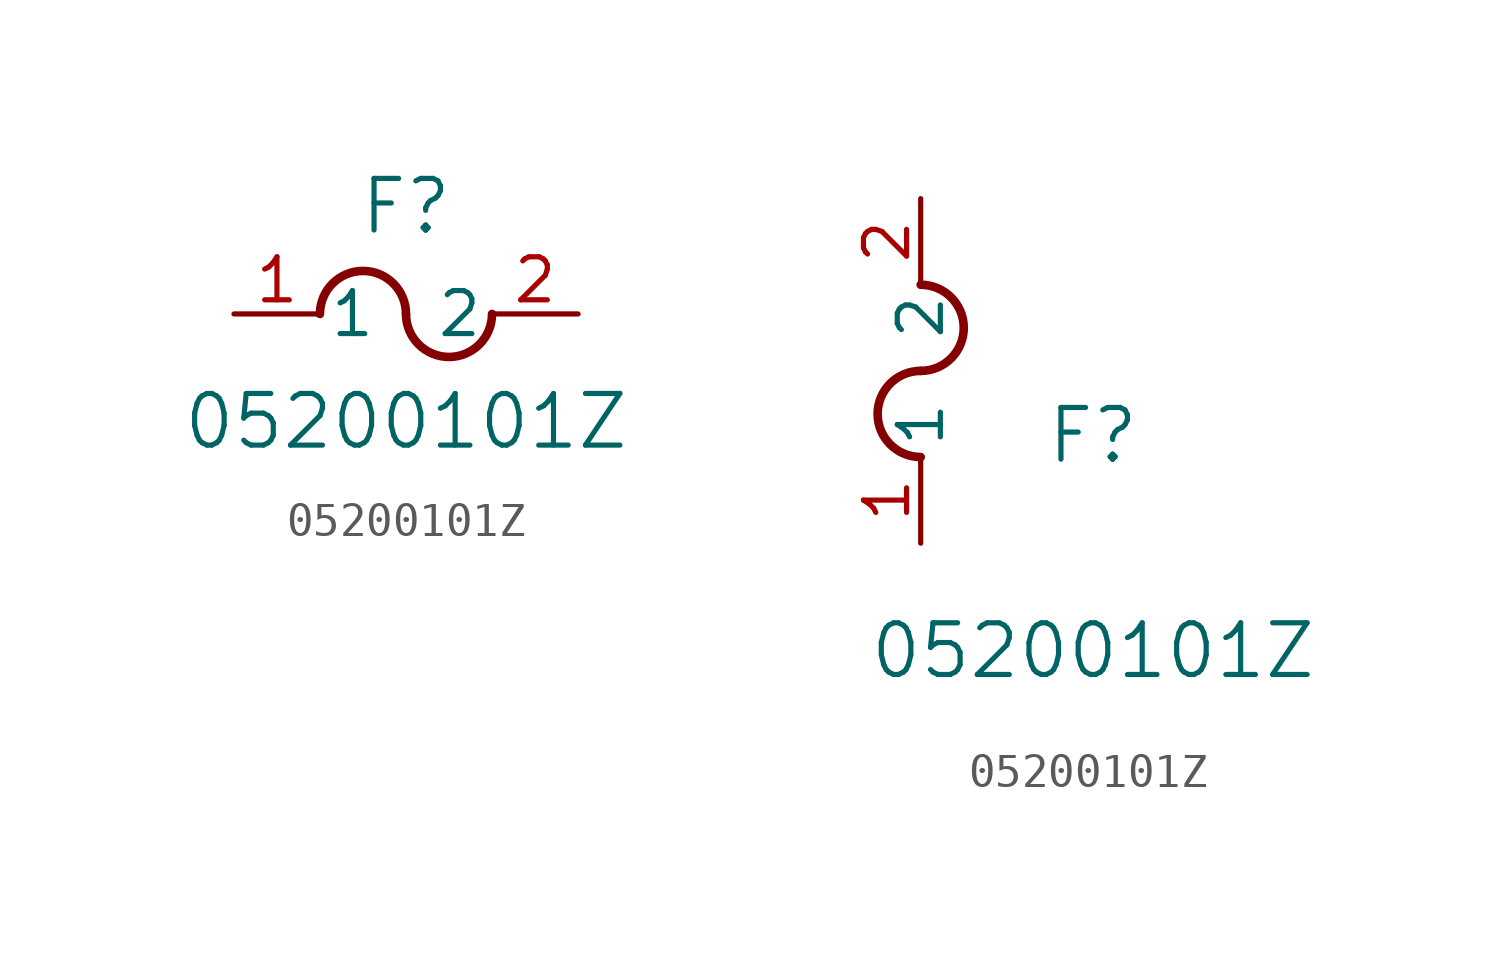
<source format=kicad_sym>
(kicad_symbol_lib
  (version 20241209)
  (generator "kicad_symbol_editor")
  (generator_version "9.0")
  (symbol "05200101Z"
    (pin_names
      (offset 0.254))
    (property "Reference" "F"
      (at 5.08 3.175 0)
      (effects (font (size 1.524 1.524))))
    (property "Value" "05200101Z"
      (at 5.08 -3.175 0)
      (effects (font (size 1.524 1.524))))
    (symbol "05200101Z_1_1"
      (arc (start 2.54 0) (mid 3.81 1.2645) (end 5.08 0) (stroke (width 0.254) (type default)) (fill (type none)))
      (arc (start 7.62 0) (mid 6.35 -1.2645) (end 5.08 0) (stroke (width 0.254) (type default)) (fill (type none)))
      (pin unspecified line (at 0 0 0) (length 2.54) (name "1" (effects (font (size 1.27 1.27)))) (number "1" (effects (font (size 1.27 1.27)))))
      (pin unspecified line (at 10.16 0 180) (length 2.54) (name "2" (effects (font (size 1.27 1.27)))) (number "2" (effects (font (size 1.27 1.27))))))
    (symbol "05200101Z_1_2"
      (arc (start 0 7.62) (mid 1.2645 6.35) (end 0 5.08) (stroke (width 0.254) (type default)) (fill (type none)))
      (arc (start 0 2.54) (mid -1.2645 3.81) (end 0 5.08) (stroke (width 0.254) (type default)) (fill (type none)))
      (pin unspecified line (at 0 10.16 270) (length 2.54) (name "2" (effects (font (size 1.27 1.27)))) (number "2" (effects (font (size 1.27 1.27)))))
      (pin unspecified line (at 0 0 90) (length 2.54) (name "1" (effects (font (size 1.27 1.27)))) (number "1" (effects (font (size 1.27 1.27))))))))
</source>
